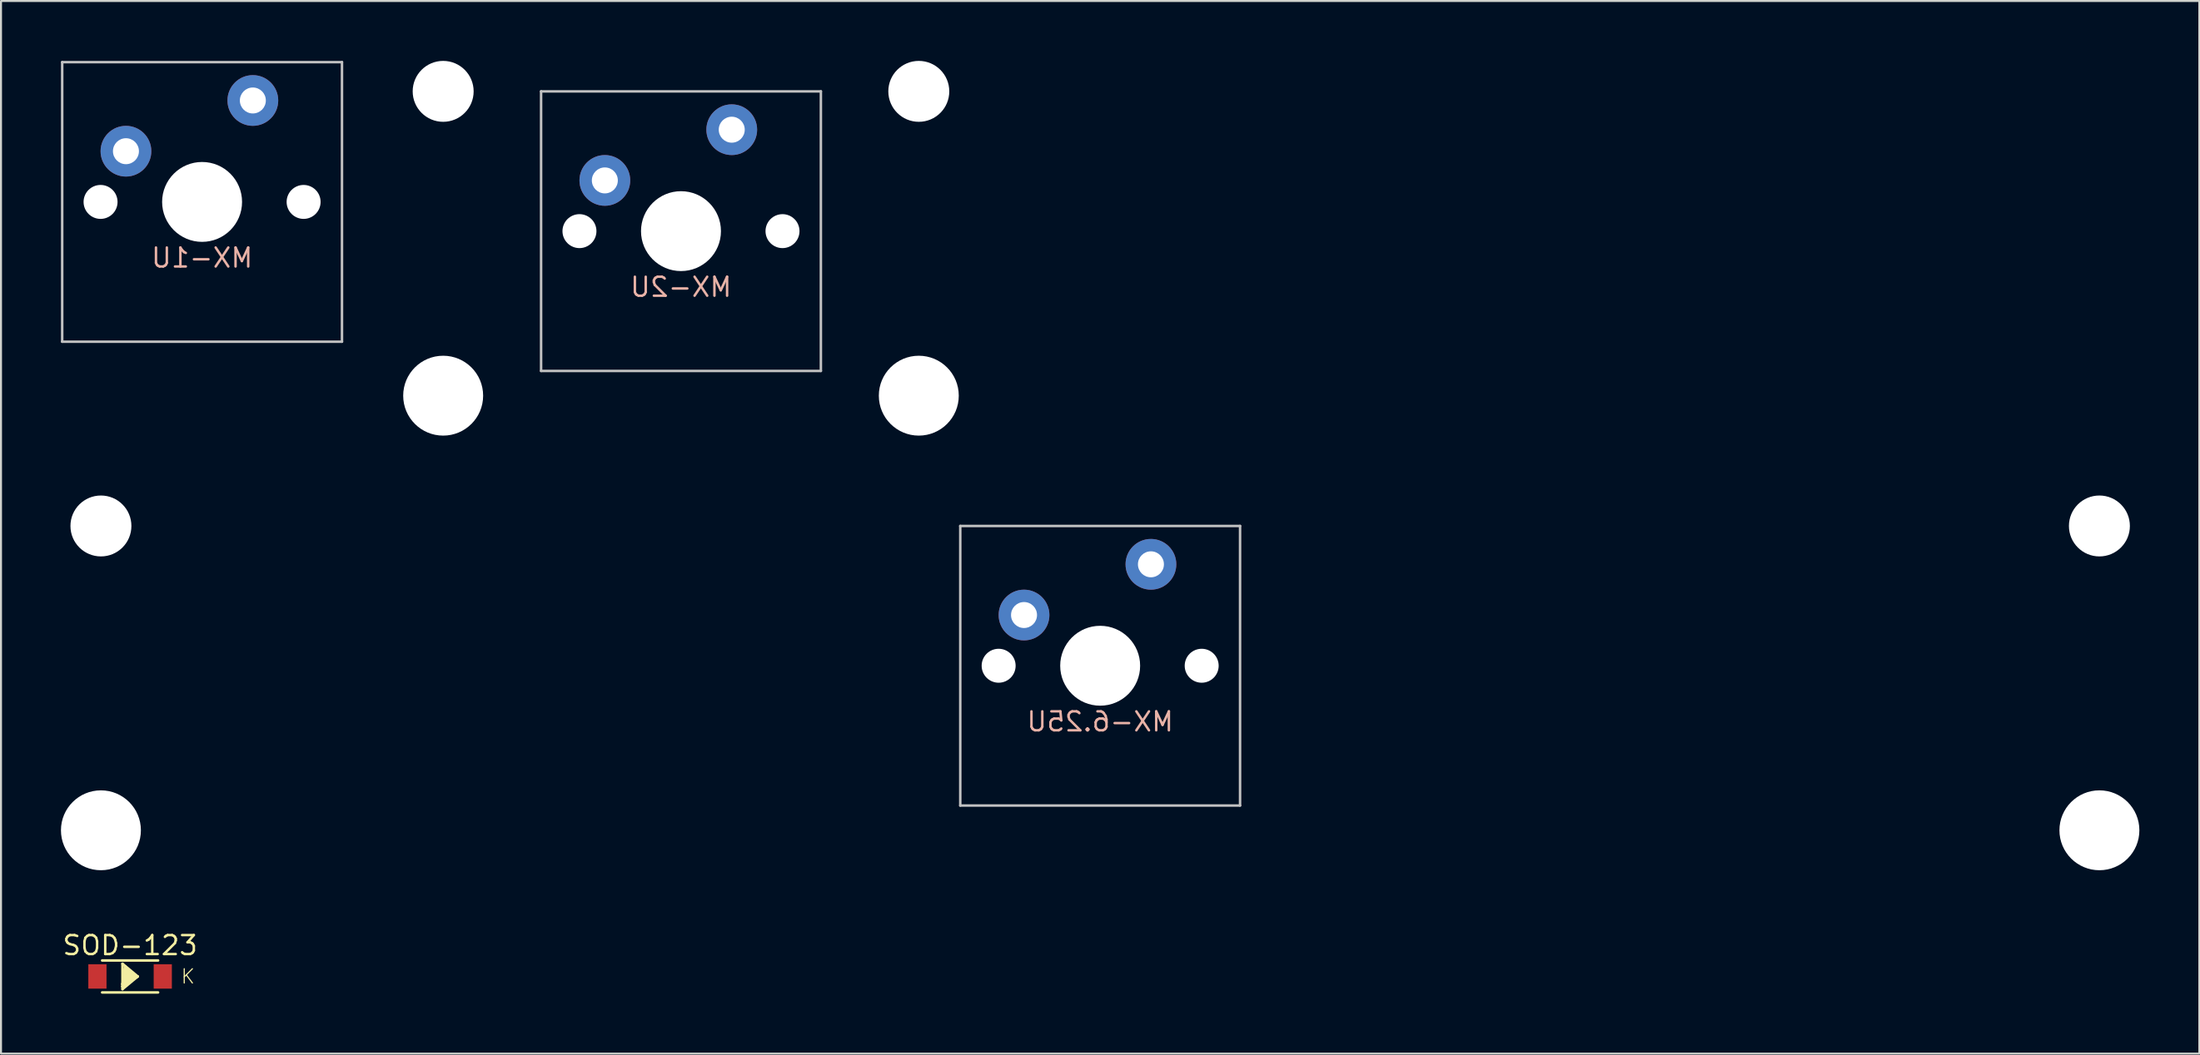
<source format=kicad_pcb>
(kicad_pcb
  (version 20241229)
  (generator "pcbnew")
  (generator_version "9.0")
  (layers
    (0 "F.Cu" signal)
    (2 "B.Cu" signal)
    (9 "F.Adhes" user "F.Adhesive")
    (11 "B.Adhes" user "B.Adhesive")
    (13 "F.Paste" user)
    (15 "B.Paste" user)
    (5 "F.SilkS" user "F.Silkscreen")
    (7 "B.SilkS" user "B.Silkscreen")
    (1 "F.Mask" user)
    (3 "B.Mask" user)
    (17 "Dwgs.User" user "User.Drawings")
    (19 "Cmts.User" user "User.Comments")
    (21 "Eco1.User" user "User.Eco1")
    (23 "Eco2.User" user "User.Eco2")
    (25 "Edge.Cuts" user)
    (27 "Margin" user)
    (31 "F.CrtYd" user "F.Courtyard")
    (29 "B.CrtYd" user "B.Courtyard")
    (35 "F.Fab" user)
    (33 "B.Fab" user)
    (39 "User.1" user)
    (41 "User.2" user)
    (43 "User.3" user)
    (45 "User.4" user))
  (footprint "SOD-123"
    (layer "F.Cu")
    (at 3.46 45.85)
    (property "Reference" "SOD-123" (at 0 -1 180) (layer "F.SilkS") (effects (font (size 0.95 0.95) (thickness 0.123)) (justify bottom)))
    (attr through_hole)
    (fp_line (start -1.4 -0.8) (end 1.4 -0.8) (stroke (width 0.127) (type solid)) (layer "F.SilkS"))
    (fp_line (start -0.381 -0.635) (end 0.381 0) (stroke (width 0.127) (type solid)) (layer "F.SilkS"))
    (fp_line (start -0.381 0.381) (end -0.381 -0.635) (stroke (width 0.127) (type solid)) (layer "F.SilkS"))
    (fp_line (start -0.381 0.381) (end -0.254 -0.381) (stroke (width 0.127) (type solid)) (layer "F.SilkS"))
    (fp_line (start -0.381 0.508) (end -0.381 0.381) (stroke (width 0.127) (type solid)) (layer "F.SilkS"))
    (fp_line (start -0.381 0.508) (end -0.254 -0.508) (stroke (width 0.127) (type solid)) (layer "F.SilkS"))
    (fp_line (start -0.381 0.635) (end -0.381 0.508) (stroke (width 0.127) (type solid)) (layer "F.SilkS"))
    (fp_line (start -0.254 -0.508) (end 0.254 0) (stroke (width 0.127) (type solid)) (layer "F.SilkS"))
    (fp_line (start -0.254 -0.381) (end 0.127 0) (stroke (width 0.127) (type solid)) (layer "F.SilkS"))
    (fp_line (start -0.254 -0.254) (end -0.127 -0.127) (stroke (width 0.127) (type solid)) (layer "F.SilkS"))
    (fp_line (start -0.254 0.127) (end -0.254 -0.254) (stroke (width 0.127) (type solid)) (layer "F.SilkS"))
    (fp_line (start -0.254 0.127) (end -0.127 -0.127) (stroke (width 0.127) (type solid)) (layer "F.SilkS"))
    (fp_line (start -0.254 0.254) (end -0.254 0.127) (stroke (width 0.127) (type solid)) (layer "F.SilkS"))
    (fp_line (start -0.127 -0.127) (end -0.127 0) (stroke (width 0.127) (type solid)) (layer "F.SilkS"))
    (fp_line (start -0.127 -0.127) (end 0 0) (stroke (width 0.127) (type solid)) (layer "F.SilkS"))
    (fp_line (start 0 0) (end -0.254 0.127) (stroke (width 0.127) (type solid)) (layer "F.SilkS"))
    (fp_line (start 0.127 0) (end -0.254 0.254) (stroke (width 0.127) (type solid)) (layer "F.SilkS"))
    (fp_line (start 0.254 0) (end -0.381 0.381) (stroke (width 0.127) (type solid)) (layer "F.SilkS"))
    (fp_line (start 0.381 0) (end -0.381 0.508) (stroke (width 0.127) (type solid)) (layer "F.SilkS"))
    (fp_line (start 0.381 0) (end -0.381 0.635) (stroke (width 0.127) (type solid)) (layer "F.SilkS"))
    (fp_line (start 1.4 0.8) (end -1.4 0.8) (stroke (width 0.127) (type solid)) (layer "F.SilkS"))
    (fp_text user "K" (at 2.5 0 0) (layer "F.SilkS") (effects (font (size 0.713 0.713) (thickness 0.06)) (justify left)))
    (pad "A" smd rect (at -1.635 0) (size 0.91 1.22) (layers "F.Cu" "F.Mask" "F.Paste"))
    (pad "C" smd rect (at 1.635 0) (size 0.91 1.22) (layers "F.Cu" "F.Mask" "F.Paste")))
  (footprint "MX-1U"
    (layer "F.Cu")
    (at 7.062 7.062)
    (property "Reference" "MX-1U" (at 0 2.8 0) (layer "B.SilkS") (effects (font (size 0.95 0.95) (thickness 0.123)) (justify mirror)))
    (attr through_hole)
    (fp_line (start -7 -7) (end 7 -7) (stroke (width 0.125) (type solid)) (layer "Dwgs.User"))
    (fp_line (start -7 7) (end -7 -7) (stroke (width 0.125) (type solid)) (layer "Dwgs.User"))
    (fp_line (start 7 -7) (end 7 7) (stroke (width 0.125) (type solid)) (layer "Dwgs.User"))
    (fp_line (start 7 7) (end -7 7) (stroke (width 0.125) (type solid)) (layer "Dwgs.User"))
    (pad "" np_thru_hole circle (at -5.08 0) (size 1.7 1.7) (drill 1.7) (layers "*.Cu" "*.Mask"))
    (pad "" np_thru_hole circle (at 0 0) (size 4 4) (drill 4) (layers "*.Cu" "*.Mask"))
    (pad "" np_thru_hole circle (at 5.08 0) (size 1.7 1.7) (drill 1.7) (layers "*.Cu" "*.Mask"))
    (pad "MX1" thru_hole circle (at -3.81 -2.54) (size 2.54 2.54) (drill 1.3) (layers "*.Cu" "*.Mask"))
    (pad "MX2" thru_hole circle (at 2.54 -5.08) (size 2.54 2.54) (drill 1.3) (layers "*.Cu" "*.Mask")))
  (footprint "MX-2U"
    (layer "F.Cu")
    (at 31.025 8.525)
    (property "Reference" "MX-2U" (at 0 2.8 0) (layer "B.SilkS") (effects (font (size 0.95 0.95) (thickness 0.123)) (justify mirror)))
    (attr through_hole)
    (fp_line (start -7 -7) (end 7 -7) (stroke (width 0.125) (type solid)) (layer "Dwgs.User"))
    (fp_line (start -7 7) (end -7 -7) (stroke (width 0.125) (type solid)) (layer "Dwgs.User"))
    (fp_line (start 7 -7) (end 7 7) (stroke (width 0.125) (type solid)) (layer "Dwgs.User"))
    (fp_line (start 7 7) (end -7 7) (stroke (width 0.125) (type solid)) (layer "Dwgs.User"))
    (pad "" np_thru_hole circle (at -11.9 -7) (size 3.05 3.05) (drill 3.05) (layers "*.Cu" "*.Mask"))
    (pad "" np_thru_hole circle (at -11.9 8.24) (size 4 4) (drill 4) (layers "*.Cu" "*.Mask"))
    (pad "" np_thru_hole circle (at -5.08 0) (size 1.7 1.7) (drill 1.7) (layers "*.Cu" "*.Mask"))
    (pad "" np_thru_hole circle (at 0 0) (size 4 4) (drill 4) (layers "*.Cu" "*.Mask"))
    (pad "" np_thru_hole circle (at 5.08 0) (size 1.7 1.7) (drill 1.7) (layers "*.Cu" "*.Mask"))
    (pad "" np_thru_hole circle (at 11.9 -7) (size 3.05 3.05) (drill 3.05) (layers "*.Cu" "*.Mask"))
    (pad "" np_thru_hole circle (at 11.9 8.24) (size 4 4) (drill 4) (layers "*.Cu" "*.Mask"))
    (pad "MX1" thru_hole circle (at -3.81 -2.54) (size 2.54 2.54) (drill 1.3) (layers "*.Cu" "*.Mask"))
    (pad "MX2" thru_hole circle (at 2.54 -5.08) (size 2.54 2.54) (drill 1.3) (layers "*.Cu" "*.Mask")))
  (footprint "MX-6.25U"
    (layer "F.Cu")
    (at 52 30.29)
    (property "Reference" "MX-6.25U" (at 0 2.8 0) (layer "B.SilkS") (effects (font (size 0.95 0.95) (thickness 0.123)) (justify mirror)))
    (attr through_hole)
    (fp_line (start -7 -7) (end 7 -7) (stroke (width 0.125) (type solid)) (layer "Dwgs.User"))
    (fp_line (start -7 7) (end -7 -7) (stroke (width 0.125) (type solid)) (layer "Dwgs.User"))
    (fp_line (start 7 -7) (end 7 7) (stroke (width 0.125) (type solid)) (layer "Dwgs.User"))
    (fp_line (start 7 7) (end -7 7) (stroke (width 0.125) (type solid)) (layer "Dwgs.User"))
    (pad "" np_thru_hole circle (at -50 -7) (size 3.05 3.05) (drill 3.05) (layers "*.Cu" "*.Mask"))
    (pad "" np_thru_hole circle (at -50 8.24) (size 4 4) (drill 4) (layers "*.Cu" "*.Mask"))
    (pad "" np_thru_hole circle (at -5.08 0) (size 1.7 1.7) (drill 1.7) (layers "*.Cu" "*.Mask"))
    (pad "" np_thru_hole circle (at 0 0) (size 4 4) (drill 4) (layers "*.Cu" "*.Mask"))
    (pad "" np_thru_hole circle (at 5.08 0) (size 1.7 1.7) (drill 1.7) (layers "*.Cu" "*.Mask"))
    (pad "" np_thru_hole circle (at 50 -7) (size 3.05 3.05) (drill 3.05) (layers "*.Cu" "*.Mask"))
    (pad "" np_thru_hole circle (at 50 8.24) (size 4 4) (drill 4) (layers "*.Cu" "*.Mask"))
    (pad "MX1" thru_hole circle (at -3.81 -2.54) (size 2.54 2.54) (drill 1.3) (layers "*.Cu" "*.Mask"))
    (pad "MX2" thru_hole circle (at 2.54 -5.08) (size 2.54 2.54) (drill 1.3) (layers "*.Cu" "*.Mask")))
  (gr_rect
    (start -3 -3)
    (end 107 49.714)
    (stroke (width 0.1) (type default))
    (fill no)
    (layer "Edge.Cuts")))
</source>
